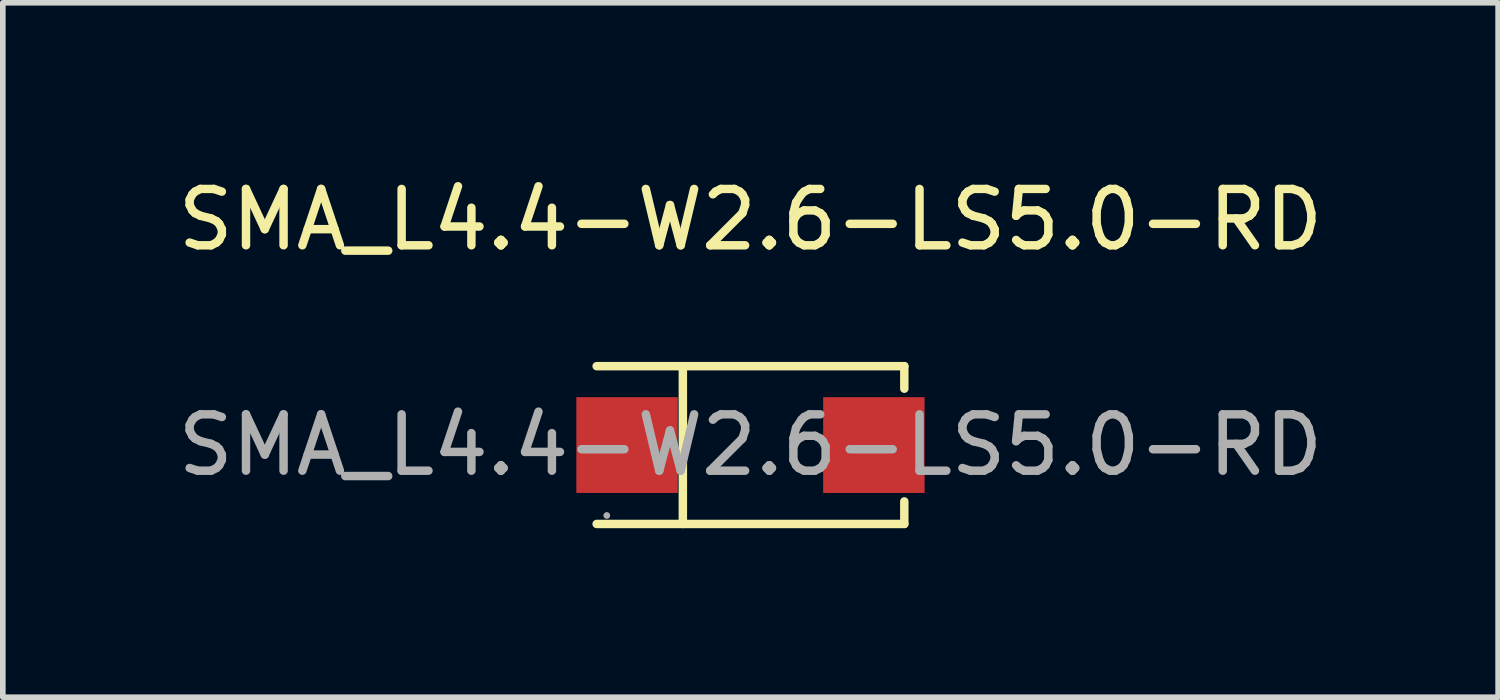
<source format=kicad_pcb>
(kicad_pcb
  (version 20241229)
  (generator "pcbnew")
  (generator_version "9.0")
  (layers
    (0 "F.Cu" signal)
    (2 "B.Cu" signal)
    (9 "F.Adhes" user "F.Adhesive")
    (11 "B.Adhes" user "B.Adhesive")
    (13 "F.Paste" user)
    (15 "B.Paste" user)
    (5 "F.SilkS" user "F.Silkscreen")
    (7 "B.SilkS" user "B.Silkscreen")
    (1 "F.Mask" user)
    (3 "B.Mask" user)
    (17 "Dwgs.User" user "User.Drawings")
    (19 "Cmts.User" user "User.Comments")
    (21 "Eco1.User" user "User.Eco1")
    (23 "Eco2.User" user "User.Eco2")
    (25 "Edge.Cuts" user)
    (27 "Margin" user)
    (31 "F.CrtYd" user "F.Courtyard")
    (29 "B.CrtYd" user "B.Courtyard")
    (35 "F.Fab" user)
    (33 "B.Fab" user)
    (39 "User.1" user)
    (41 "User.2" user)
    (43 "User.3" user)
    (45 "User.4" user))
  (footprint "SMA_L4.4-W2.6-LS5.0-RD"
    (layer "F.Cu")
    (at 10.268 4.848)
    (property "Reference" "SMA_L4.4-W2.6-LS5.0-RD" (at 0 -4 0) (layer "F.SilkS") (effects (font (size 1 1) (thickness 0.15))))
    (attr smd)
    (fp_line (start -2.73 -1.4) (end 2.73 -1.4) (stroke (width 0.15) (type solid)) (layer "F.SilkS"))
    (fp_line (start -2.73 1.4) (end 2.73 1.4) (stroke (width 0.15) (type solid)) (layer "F.SilkS"))
    (fp_line (start -1.2 -1.4) (end -1.2 1.4) (stroke (width 0.15) (type solid)) (layer "F.SilkS"))
    (fp_line (start 2.73 -1.4) (end 2.73 -1) (stroke (width 0.15) (type solid)) (layer "F.SilkS"))
    (fp_line (start 2.73 1.4) (end 2.73 1) (stroke (width 0.15) (type solid)) (layer "F.SilkS"))
    (fp_circle (center -2.55 1.25) (end -2.52 1.25) (stroke (width 0.06) (type solid)) (fill no) (layer "F.Fab"))
    (fp_text user "${REFERENCE}" (at 0 0 0) (layer "F.Fab") (effects (font (size 1 1) (thickness 0.15))))
    (pad "1" smd rect (at -2.19 0) (size 1.8 1.7) (layers "F.Cu" "F.Mask" "F.Paste"))
    (pad "2" smd rect (at 2.19 0) (size 1.8 1.7) (layers "F.Cu" "F.Mask" "F.Paste")))
  (gr_rect
    (start -3 -3)
    (end 23.536 9.323)
    (stroke (width 0.1) (type default))
    (fill no)
    (layer "Edge.Cuts")))
</source>
